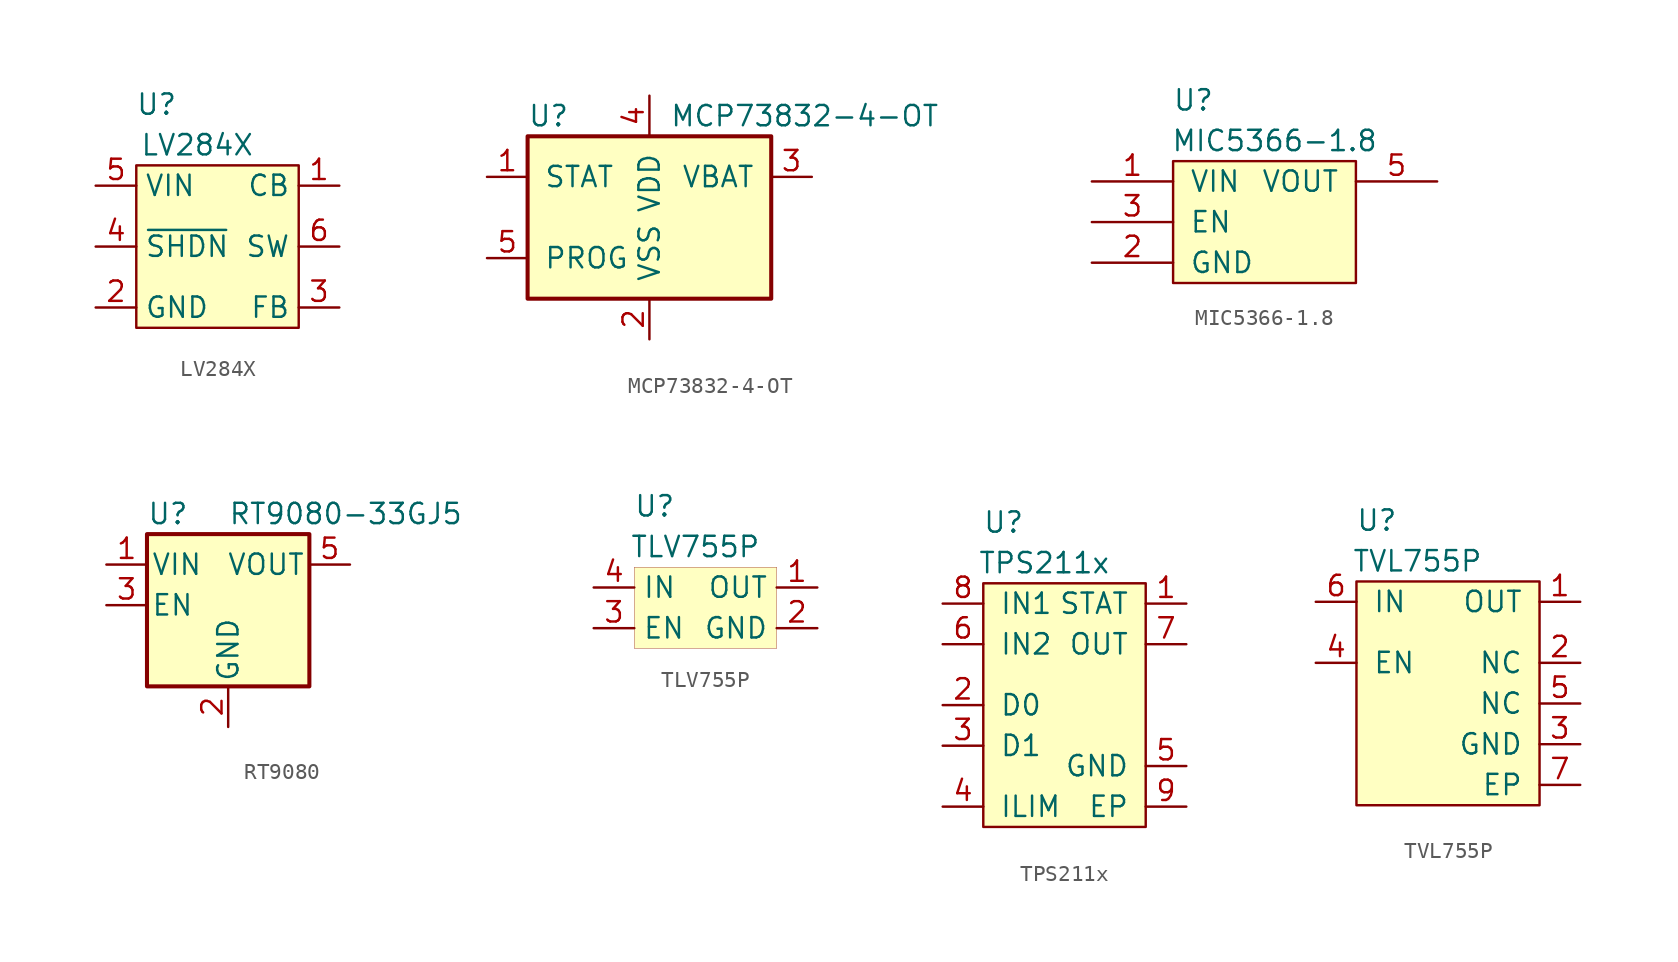
<source format=kicad_sym>
(kicad_symbol_lib
  (version 20241209)
  (generator "kicad_symbol_editor")
  (generator_version "9.0")
  (symbol "LV284X"
    (property "Reference" "U"
      (at -3.81 8.89 0)
      (effects (font (size 1.27 1.27))))
    (property "Value" "LV284X"
      (at -1.27 6.35 0)
      (effects (font (size 1.27 1.27))))
    (symbol "LV284X_0_1"
      (rectangle (start -5.08 5.08) (end 5.08 -5.08) (stroke (width 0.152) (type default)) (fill (type background))))
    (symbol "LV284X_1_1"
      (pin power_in line (at -7.62 3.81 0) (length 2.54) (name "VIN" (effects (font (size 1.27 1.27)))) (number "5" (effects (font (size 1.27 1.27)))))
      (pin input line (at -7.62 0 0) (length 2.54) (name "~{SHDN}" (effects (font (size 1.27 1.27)))) (number "4" (effects (font (size 1.27 1.27)))))
      (pin power_out line (at -7.62 -3.81 0) (length 2.54) (name "GND" (effects (font (size 1.27 1.27)))) (number "2" (effects (font (size 1.27 1.27)))))
      (pin bidirectional line (at 7.62 3.81 180) (length 2.54) (name "CB" (effects (font (size 1.27 1.27)))) (number "1" (effects (font (size 1.27 1.27)))))
      (pin output line (at 7.62 0 180) (length 2.54) (name "SW" (effects (font (size 1.27 1.27)))) (number "6" (effects (font (size 1.27 1.27)))))
      (pin power_in line (at 7.62 -3.81 180) (length 2.54) (name "FB" (effects (font (size 1.27 1.27)))) (number "3" (effects (font (size 1.27 1.27)))))))
  (symbol "MCP73832-4-OT"
    (pin_names
      (offset 1.016))
    (property "Reference" "U"
      (at -7.62 6.35 0)
      (effects (font (size 1.27 1.27)) (justify left)))
    (property "Value" "MCP73832-4-OT"
      (at 1.27 6.35 0)
      (effects (font (size 1.27 1.27)) (justify left)))
    (symbol "MCP73832-4-OT_0_1"
      (rectangle (start -7.62 5.08) (end 7.62 -5.08) (stroke (width 0.254) (type default)) (fill (type background))))
    (symbol "MCP73832-4-OT_1_1"
      (pin output line (at -10.16 2.54 0) (length 2.54) (name "STAT" (effects (font (size 1.27 1.27)))) (number "1" (effects (font (size 1.27 1.27)))))
      (pin input line (at -10.16 -2.54 0) (length 2.54) (name "PROG" (effects (font (size 1.27 1.27)))) (number "5" (effects (font (size 1.27 1.27)))))
      (pin power_in line (at 0 7.62 270) (length 2.54) (name "VDD" (effects (font (size 1.27 1.27)))) (number "4" (effects (font (size 1.27 1.27)))))
      (pin power_in line (at 0 -7.62 90) (length 2.54) (name "VSS" (effects (font (size 1.27 1.27)))) (number "2" (effects (font (size 1.27 1.27)))))
      (pin power_out line (at 10.16 2.54 180) (length 2.54) (name "VBAT" (effects (font (size 1.27 1.27)))) (number "3" (effects (font (size 1.27 1.27)))))))
  (symbol "MIC5366-1.8"
    (pin_names
      (offset 1.016))
    (property "Reference" "U"
      (at -3.81 7.62 0)
      (effects (font (size 1.27 1.27))))
    (property "Value" "MIC5366-1.8"
      (at 1.27 5.08 0)
      (effects (font (size 1.27 1.27))))
    (symbol "MIC5366-1.8_0_1"
      (rectangle (start -5.08 3.81) (end 6.35 -3.81) (stroke (width 0) (type default)) (fill (type background))))
    (symbol "MIC5366-1.8_1_1"
      (pin power_in line (at -10.16 2.54 0) (length 5.08) (name "VIN" (effects (font (size 1.27 1.27)))) (number "1" (effects (font (size 1.27 1.27)))))
      (pin input line (at -10.16 0 0) (length 5.08) (name "EN" (effects (font (size 1.27 1.27)))) (number "3" (effects (font (size 1.27 1.27)))))
      (pin power_in line (at -10.16 -2.54 0) (length 5.08) (name "GND" (effects (font (size 1.27 1.27)))) (number "2" (effects (font (size 1.27 1.27)))))
      (pin power_out line (at 11.43 2.54 180) (length 5.08) (name "VOUT" (effects (font (size 1.27 1.27)))) (number "5" (effects (font (size 1.27 1.27)))))))
  (symbol "RT9080"
    (pin_names
      (offset 0.254))
    (property "Reference" "U"
      (at -5.08 5.715 0)
      (effects (font (size 1.27 1.27)) (justify left)))
    (property "Value" "RT9080-33GJ5"
      (at 0 5.715 0)
      (effects (font (size 1.27 1.27)) (justify left)))
    (symbol "RT9080_0_1"
      (rectangle (start -5.08 4.445) (end 5.08 -5.08) (stroke (width 0.254) (type default)) (fill (type background))))
    (symbol "RT9080_1_1"
      (pin power_in line (at -7.62 2.54 0) (length 2.54) (name "VIN" (effects (font (size 1.27 1.27)))) (number "1" (effects (font (size 1.27 1.27)))))
      (pin input line (at -7.62 0 0) (length 2.54) (name "EN" (effects (font (size 1.27 1.27)))) (number "3" (effects (font (size 1.27 1.27)))))
      (pin power_in line (at 0 -7.62 90) (length 2.54) (name "GND" (effects (font (size 1.27 1.27)))) (number "2" (effects (font (size 1.27 1.27)))))
      (pin no_connect line (at 5.08 0 180) (length 2.54) (hide yes) (name "NC" (effects (font (size 1.27 1.27)))) (number "4" (effects (font (size 1.27 1.27)))))
      (pin power_out line (at 7.62 2.54 180) (length 2.54) (name "VOUT" (effects (font (size 1.27 1.27)))) (number "5" (effects (font (size 1.27 1.27)))))))
  (symbol "TLV755P"
    (property "Reference" "U"
      (at -2.54 6.35 0)
      (effects (font (size 1.27 1.27))))
    (property "Value" "TLV755P"
      (at 0 3.81 0)
      (effects (font (size 1.27 1.27))))
    (symbol "TLV755P_0_1"
      (rectangle (start -3.81 2.54) (end 5.08 -2.54) (stroke (width 0.001) (type default)) (fill (type background))))
    (symbol "TLV755P_1_1"
      (pin power_in line (at -6.35 1.27 0) (length 2.54) (name "IN" (effects (font (size 1.27 1.27)))) (number "4" (effects (font (size 1.27 1.27)))))
      (pin bidirectional line (at -6.35 -1.27 0) (length 2.54) (name "EN" (effects (font (size 1.27 1.27)))) (number "3" (effects (font (size 1.27 1.27)))))
      (pin power_out line (at 7.62 1.27 180) (length 2.54) (name "OUT" (effects (font (size 1.27 1.27)))) (number "1" (effects (font (size 1.27 1.27)))))
      (pin power_out line (at 7.62 -1.27 180) (length 2.54) (name "GND" (effects (font (size 1.27 1.27)))) (number "2" (effects (font (size 1.27 1.27)))))
      (pin power_out line (at 7.62 -1.27 180) (length 2.54) (hide yes) (name "GND" (effects (font (size 1.27 1.27)))) (number "5" (effects (font (size 1.27 1.27)))))))
  (symbol "TPS211x"
    (pin_names
      (offset 1.016))
    (property "Reference" "U"
      (at -3.81 2.54 0)
      (effects (font (size 1.27 1.27))))
    (property "Value" "TPS211x"
      (at -1.27 0 0)
      (effects (font (size 1.27 1.27))))
    (symbol "TPS211x_0_1"
      (rectangle (start -5.08 -1.27) (end 5.08 -16.51) (stroke (width 0) (type default)) (fill (type background))))
    (symbol "TPS211x_1_1"
      (pin input line (at -7.62 -2.54 0) (length 2.54) (name "IN1" (effects (font (size 1.27 1.27)))) (number "8" (effects (font (size 1.27 1.27)))))
      (pin output line (at -7.62 -5.08 0) (length 2.54) (name "IN2" (effects (font (size 1.27 1.27)))) (number "6" (effects (font (size 1.27 1.27)))))
      (pin input line (at -7.62 -8.89 0) (length 2.54) (name "D0" (effects (font (size 1.27 1.27)))) (number "2" (effects (font (size 1.27 1.27)))))
      (pin input line (at -7.62 -11.43 0) (length 2.54) (name "D1" (effects (font (size 1.27 1.27)))) (number "3" (effects (font (size 1.27 1.27)))))
      (pin bidirectional line (at -7.62 -15.24 0) (length 2.54) (name "ILIM" (effects (font (size 1.27 1.27)))) (number "4" (effects (font (size 1.27 1.27)))))
      (pin output line (at 7.62 -2.54 180) (length 2.54) (name "STAT" (effects (font (size 1.27 1.27)))) (number "1" (effects (font (size 1.27 1.27)))))
      (pin output line (at 7.62 -5.08 180) (length 2.54) (name "OUT" (effects (font (size 1.27 1.27)))) (number "7" (effects (font (size 1.27 1.27)))))
      (pin power_in line (at 7.62 -12.7 180) (length 2.54) (name "GND" (effects (font (size 1.27 1.27)))) (number "5" (effects (font (size 1.27 1.27)))))
      (pin power_in line (at 7.62 -15.24 180) (length 2.54) (name "EP" (effects (font (size 1.27 1.27)))) (number "9" (effects (font (size 1.27 1.27)))))))
  (symbol "TVL755P"
    (pin_names
      (offset 1.016))
    (property "Reference" "U"
      (at -3.81 10.16 0)
      (effects (font (size 1.27 1.27))))
    (property "Value" "TVL755P"
      (at -1.27 7.62 0)
      (effects (font (size 1.27 1.27))))
    (symbol "TVL755P_0_1"
      (rectangle (start -5.08 6.35) (end 6.35 -7.62) (stroke (width 0) (type default)) (fill (type background))))
    (symbol "TVL755P_1_1"
      (pin power_in line (at -7.62 5.08 0) (length 2.54) (name "IN" (effects (font (size 1.27 1.27)))) (number "6" (effects (font (size 1.27 1.27)))))
      (pin passive line (at -7.62 1.27 0) (length 2.54) (name "EN" (effects (font (size 1.27 1.27)))) (number "4" (effects (font (size 1.27 1.27)))))
      (pin power_out line (at 8.89 5.08 180) (length 2.54) (name "OUT" (effects (font (size 1.27 1.27)))) (number "1" (effects (font (size 1.27 1.27)))))
      (pin passive line (at 8.89 1.27 180) (length 2.54) (name "NC" (effects (font (size 1.27 1.27)))) (number "2" (effects (font (size 1.27 1.27)))))
      (pin passive line (at 8.89 -1.27 180) (length 2.54) (name "NC" (effects (font (size 1.27 1.27)))) (number "5" (effects (font (size 1.27 1.27)))))
      (pin power_in line (at 8.89 -3.81 180) (length 2.54) (name "GND" (effects (font (size 1.27 1.27)))) (number "3" (effects (font (size 1.27 1.27)))))
      (pin power_in line (at 8.89 -6.35 180) (length 2.54) (name "EP" (effects (font (size 1.27 1.27)))) (number "7" (effects (font (size 1.27 1.27))))))))
</source>
